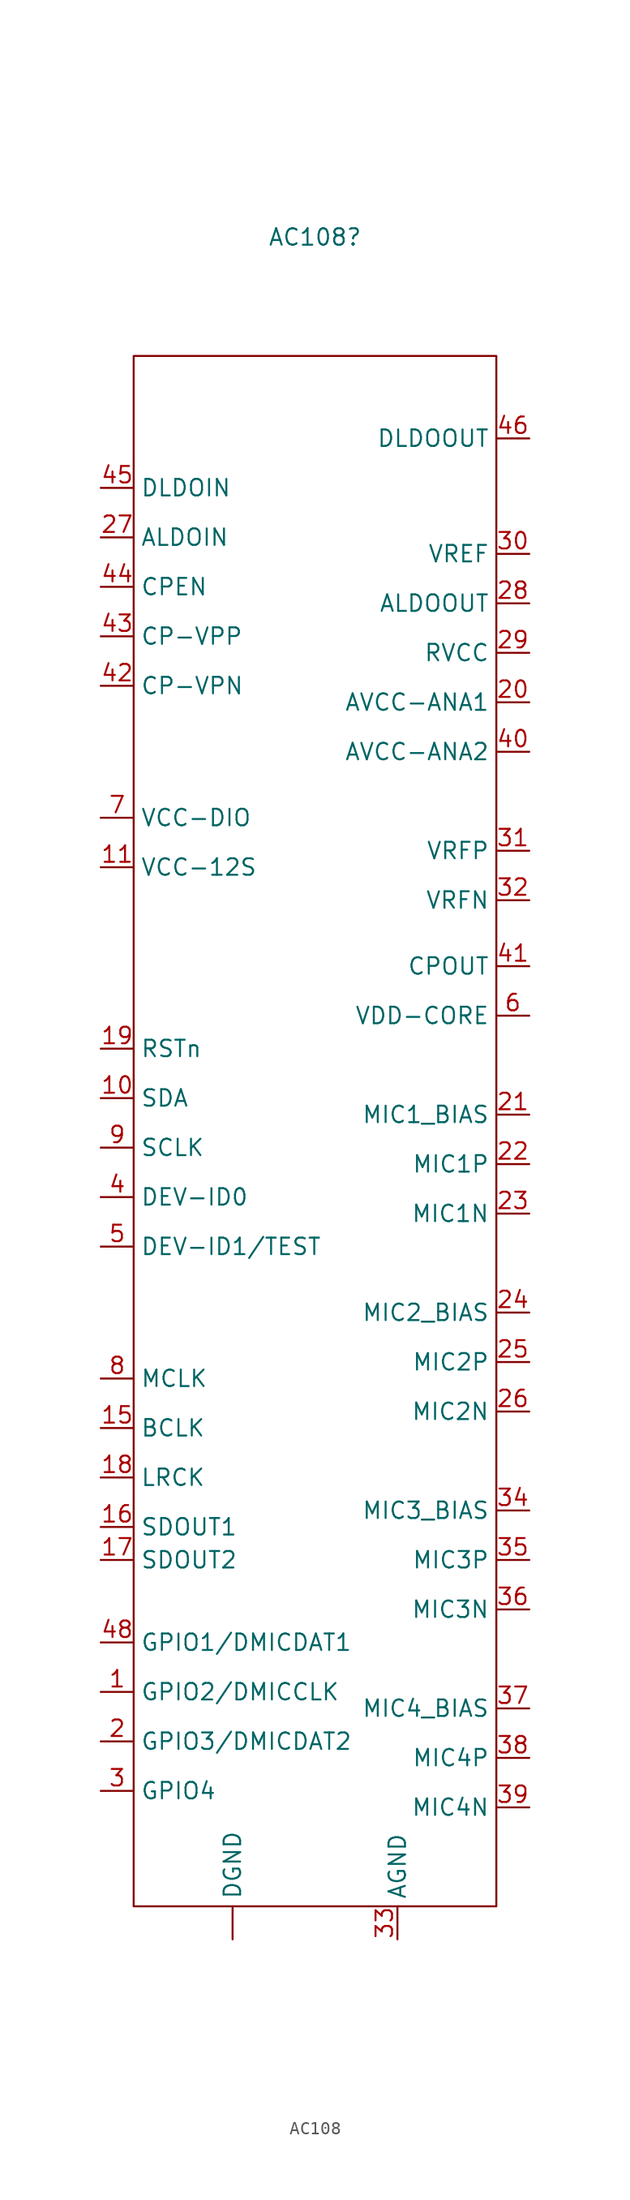
<source format=kicad_sym>
(kicad_symbol_lib
  (version 20231120)
  (generator "kicad_symbol_editor")
  (generator_version "8.0")
  (symbol "AC108"
    (property "Reference" "AC108"
      (at 0 65.024 0)
      (effects (font (size 1.27 1.27))))
    (property "Value" ""
      (at 0 0 0)
      (effects (font (size 1.27 1.27))))
    (symbol "AC108_0_1"
      (rectangle (start -13.97 55.88) (end 13.97 -63.5) (stroke (width 0) (type default)) (fill (type none))))
    (symbol "AC108_1_1"
      (pin power_in line (at -6.35 -66.04 90) (length 2.54) (name "DGND" (effects (font (size 1.27 1.27)))) (number "" (effects (font (size 1.27 1.27)))))
      (pin bidirectional line (at -16.51 -46.99 0) (length 2.54) (name "GPIO2/DMICCLK" (effects (font (size 1.27 1.27)))) (number "1" (effects (font (size 1.27 1.27)))))
      (pin bidirectional line (at -16.51 -1.27 0) (length 2.54) (name "SDA" (effects (font (size 1.27 1.27)))) (number "10" (effects (font (size 1.27 1.27)))))
      (pin power_in line (at -16.51 16.51 0) (length 2.54) (name "VCC-12S" (effects (font (size 1.27 1.27)))) (number "11" (effects (font (size 1.27 1.27)))))
      (pin bidirectional line (at -16.51 -26.67 0) (length 2.54) (name "BCLK" (effects (font (size 1.27 1.27)))) (number "15" (effects (font (size 1.27 1.27)))))
      (pin output line (at -16.51 -34.29 0) (length 2.54) (name "SDOUT1" (effects (font (size 1.27 1.27)))) (number "16" (effects (font (size 1.27 1.27)))))
      (pin output line (at -16.51 -36.83 0) (length 2.54) (name "SDOUT2" (effects (font (size 1.27 1.27)))) (number "17" (effects (font (size 1.27 1.27)))))
      (pin bidirectional line (at -16.51 -30.48 0) (length 2.54) (name "LRCK" (effects (font (size 1.27 1.27)))) (number "18" (effects (font (size 1.27 1.27)))))
      (pin input line (at -16.51 2.54 0) (length 2.54) (name "RSTn" (effects (font (size 1.27 1.27)))) (number "19" (effects (font (size 1.27 1.27)))))
      (pin bidirectional line (at -16.51 -50.8 0) (length 2.54) (name "GPIO3/DMICDAT2" (effects (font (size 1.27 1.27)))) (number "2" (effects (font (size 1.27 1.27)))))
      (pin power_in line (at 16.51 29.21 180) (length 2.54) (name "AVCC-ANA1" (effects (font (size 1.27 1.27)))) (number "20" (effects (font (size 1.27 1.27)))))
      (pin output line (at 16.51 -2.54 180) (length 2.54) (name "MIC1_BIAS" (effects (font (size 1.27 1.27)))) (number "21" (effects (font (size 1.27 1.27)))))
      (pin input line (at 16.51 -6.35 180) (length 2.54) (name "MIC1P" (effects (font (size 1.27 1.27)))) (number "22" (effects (font (size 1.27 1.27)))))
      (pin input line (at 16.51 -10.16 180) (length 2.54) (name "MIC1N" (effects (font (size 1.27 1.27)))) (number "23" (effects (font (size 1.27 1.27)))))
      (pin output line (at 16.51 -17.78 180) (length 2.54) (name "MIC2_BIAS" (effects (font (size 1.27 1.27)))) (number "24" (effects (font (size 1.27 1.27)))))
      (pin input line (at 16.51 -21.59 180) (length 2.54) (name "MIC2P" (effects (font (size 1.27 1.27)))) (number "25" (effects (font (size 1.27 1.27)))))
      (pin input line (at 16.51 -25.4 180) (length 2.54) (name "MIC2N" (effects (font (size 1.27 1.27)))) (number "26" (effects (font (size 1.27 1.27)))))
      (pin power_in line (at -16.51 41.91 0) (length 2.54) (name "ALDOIN" (effects (font (size 1.27 1.27)))) (number "27" (effects (font (size 1.27 1.27)))))
      (pin power_out line (at 16.51 36.83 180) (length 2.54) (name "ALDOOUT" (effects (font (size 1.27 1.27)))) (number "28" (effects (font (size 1.27 1.27)))))
      (pin power_in line (at 16.51 33.02 180) (length 2.54) (name "RVCC" (effects (font (size 1.27 1.27)))) (number "29" (effects (font (size 1.27 1.27)))))
      (pin bidirectional line (at -16.51 -54.61 0) (length 2.54) (name "GPIO4" (effects (font (size 1.27 1.27)))) (number "3" (effects (font (size 1.27 1.27)))))
      (pin output line (at 16.51 40.64 180) (length 2.54) (name "VREF" (effects (font (size 1.27 1.27)))) (number "30" (effects (font (size 1.27 1.27)))))
      (pin output line (at 16.51 17.78 180) (length 2.54) (name "VRFP" (effects (font (size 1.27 1.27)))) (number "31" (effects (font (size 1.27 1.27)))))
      (pin output line (at 16.51 13.97 180) (length 2.54) (name "VRFN" (effects (font (size 1.27 1.27)))) (number "32" (effects (font (size 1.27 1.27)))))
      (pin power_in line (at 6.35 -66.04 90) (length 2.54) (name "AGND" (effects (font (size 1.27 1.27)))) (number "33" (effects (font (size 1.27 1.27)))))
      (pin output line (at 16.51 -33.02 180) (length 2.54) (name "MIC3_BIAS" (effects (font (size 1.27 1.27)))) (number "34" (effects (font (size 1.27 1.27)))))
      (pin input line (at 16.51 -36.83 180) (length 2.54) (name "MIC3P" (effects (font (size 1.27 1.27)))) (number "35" (effects (font (size 1.27 1.27)))))
      (pin input line (at 16.51 -40.64 180) (length 2.54) (name "MIC3N" (effects (font (size 1.27 1.27)))) (number "36" (effects (font (size 1.27 1.27)))))
      (pin output line (at 16.51 -48.26 180) (length 2.54) (name "MIC4_BIAS" (effects (font (size 1.27 1.27)))) (number "37" (effects (font (size 1.27 1.27)))))
      (pin input line (at 16.51 -52.07 180) (length 2.54) (name "MIC4P" (effects (font (size 1.27 1.27)))) (number "38" (effects (font (size 1.27 1.27)))))
      (pin input line (at 16.51 -55.88 180) (length 2.54) (name "MIC4N" (effects (font (size 1.27 1.27)))) (number "39" (effects (font (size 1.27 1.27)))))
      (pin input line (at -16.51 -8.89 0) (length 2.54) (name "DEV-ID0" (effects (font (size 1.27 1.27)))) (number "4" (effects (font (size 1.27 1.27)))))
      (pin power_in line (at 16.51 25.4 180) (length 2.54) (name "AVCC-ANA2" (effects (font (size 1.27 1.27)))) (number "40" (effects (font (size 1.27 1.27)))))
      (pin power_out line (at 16.51 8.89 180) (length 2.54) (name "CPOUT" (effects (font (size 1.27 1.27)))) (number "41" (effects (font (size 1.27 1.27)))))
      (pin bidirectional line (at -16.51 30.48 0) (length 2.54) (name "CP-VPN" (effects (font (size 1.27 1.27)))) (number "42" (effects (font (size 1.27 1.27)))))
      (pin bidirectional line (at -16.51 34.29 0) (length 2.54) (name "CP-VPP" (effects (font (size 1.27 1.27)))) (number "43" (effects (font (size 1.27 1.27)))))
      (pin input line (at -16.51 38.1 0) (length 2.54) (name "CPEN" (effects (font (size 1.27 1.27)))) (number "44" (effects (font (size 1.27 1.27)))))
      (pin power_in line (at -16.51 45.72 0) (length 2.54) (name "DLDOIN" (effects (font (size 1.27 1.27)))) (number "45" (effects (font (size 1.27 1.27)))))
      (pin power_out line (at 16.51 49.53 180) (length 2.54) (name "DLDOOUT" (effects (font (size 1.27 1.27)))) (number "46" (effects (font (size 1.27 1.27)))))
      (pin bidirectional line (at -16.51 -43.18 0) (length 2.54) (name "GPIO1/DMICDAT1" (effects (font (size 1.27 1.27)))) (number "48" (effects (font (size 1.27 1.27)))))
      (pin input line (at -16.51 -12.7 0) (length 2.54) (name "DEV-ID1/TEST" (effects (font (size 1.27 1.27)))) (number "5" (effects (font (size 1.27 1.27)))))
      (pin power_out line (at 16.51 5.08 180) (length 2.54) (name "VDD-CORE" (effects (font (size 1.27 1.27)))) (number "6" (effects (font (size 1.27 1.27)))))
      (pin power_in line (at -16.51 20.32 0) (length 2.54) (name "VCC-DIO" (effects (font (size 1.27 1.27)))) (number "7" (effects (font (size 1.27 1.27)))))
      (pin input line (at -16.51 -22.86 0) (length 2.54) (name "MCLK" (effects (font (size 1.27 1.27)))) (number "8" (effects (font (size 1.27 1.27)))))
      (pin input line (at -16.51 -5.08 0) (length 2.54) (name "SCLK" (effects (font (size 1.27 1.27)))) (number "9" (effects (font (size 1.27 1.27))))))))
</source>
